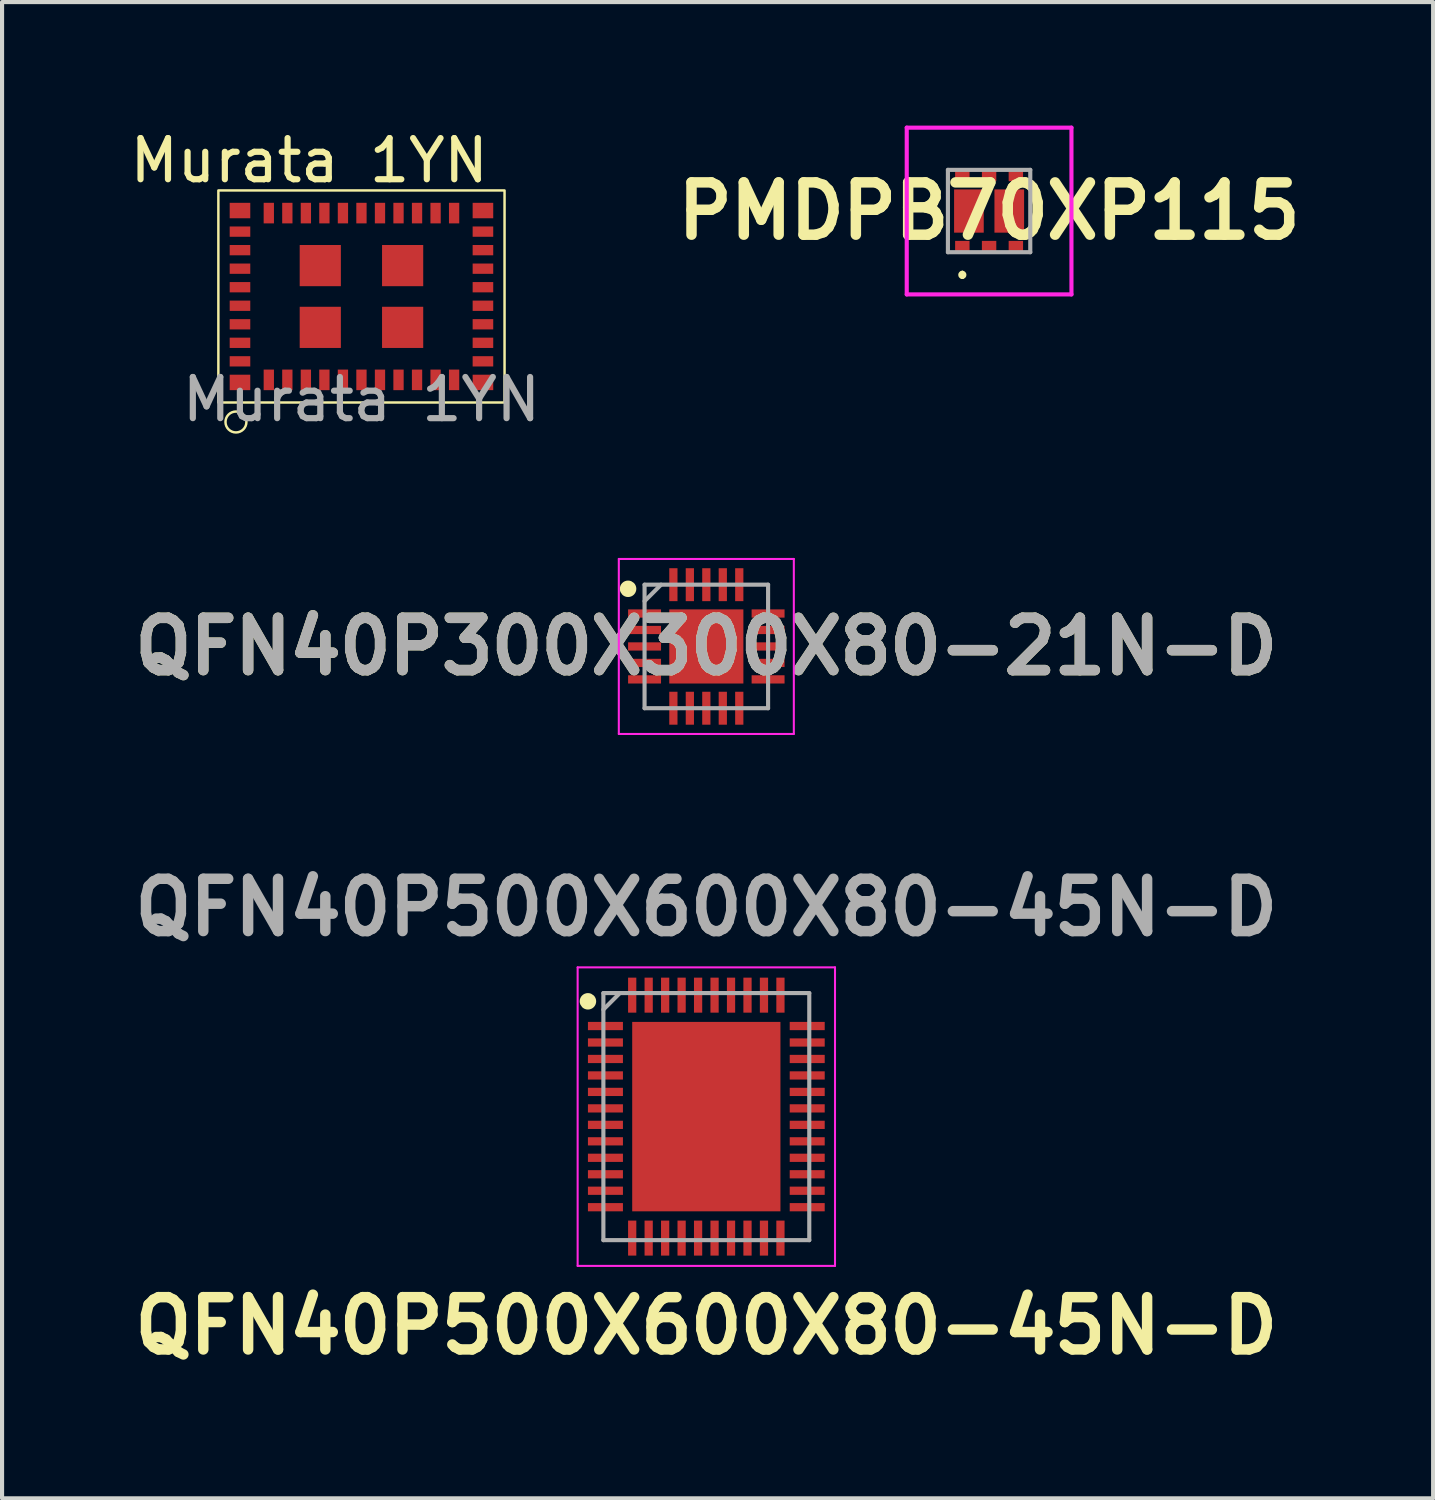
<source format=kicad_pcb>
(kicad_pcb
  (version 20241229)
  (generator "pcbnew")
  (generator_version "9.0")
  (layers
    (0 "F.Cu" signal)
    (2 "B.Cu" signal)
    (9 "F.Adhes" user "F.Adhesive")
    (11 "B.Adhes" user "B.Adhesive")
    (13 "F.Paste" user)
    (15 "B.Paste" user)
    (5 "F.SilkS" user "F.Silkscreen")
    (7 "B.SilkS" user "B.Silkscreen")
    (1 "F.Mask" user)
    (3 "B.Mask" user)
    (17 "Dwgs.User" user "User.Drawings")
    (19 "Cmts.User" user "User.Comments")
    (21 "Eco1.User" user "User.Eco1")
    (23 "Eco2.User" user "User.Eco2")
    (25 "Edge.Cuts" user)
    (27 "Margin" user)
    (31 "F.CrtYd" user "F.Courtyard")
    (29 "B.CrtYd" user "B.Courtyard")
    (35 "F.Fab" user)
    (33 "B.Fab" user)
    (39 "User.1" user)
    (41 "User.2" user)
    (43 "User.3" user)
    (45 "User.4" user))
  (footprint "PMDPB70XP115"
    (layer "F.Cu")
    (at 20.97 2.075)
    (property "Reference" "PMDPB70XP115" (at 0 0 0) (layer "F.SilkS") (effects (font (size 1.27 1.27) (thickness 0.254))))
    (attr smd)
    (fp_line (start -0.65 1.5) (end -0.65 1.5) (stroke (width 0.1) (type solid)) (layer "F.SilkS"))
    (fp_line (start -0.65 1.6) (end -0.65 1.6) (stroke (width 0.1) (type solid)) (layer "F.SilkS"))
    (fp_arc (start -0.65 1.5) (mid -0.6 1.55) (end -0.65 1.6) (stroke (width 0.1) (type solid)) (layer "F.SilkS"))
    (fp_arc (start -0.65 1.6) (mid -0.7 1.55) (end -0.65 1.5) (stroke (width 0.1) (type solid)) (layer "F.SilkS"))
    (fp_line (start -2 -2.025) (end 2 -2.025) (stroke (width 0.1) (type solid)) (layer "F.CrtYd"))
    (fp_line (start -2 2.025) (end -2 -2.025) (stroke (width 0.1) (type solid)) (layer "F.CrtYd"))
    (fp_line (start 2 -2.025) (end 2 2.025) (stroke (width 0.1) (type solid)) (layer "F.CrtYd"))
    (fp_line (start 2 2.025) (end -2 2.025) (stroke (width 0.1) (type solid)) (layer "F.CrtYd"))
    (fp_line (start -1 -1) (end 1 -1) (stroke (width 0.1) (type solid)) (layer "F.Fab"))
    (fp_line (start -1 1) (end -1 -1) (stroke (width 0.1) (type solid)) (layer "F.Fab"))
    (fp_line (start 1 -1) (end 1 1) (stroke (width 0.1) (type solid)) (layer "F.Fab"))
    (fp_line (start 1 1) (end -1 1) (stroke (width 0.1) (type solid)) (layer "F.Fab"))
    (pad "1" smd rect (at -0.65 0.875 90) (size 0.3 0.35) (layers "F.Cu" "F.Mask" "F.Paste"))
    (pad "2" smd rect (at 0 0.875 90) (size 0.3 0.35) (layers "F.Cu" "F.Mask" "F.Paste"))
    (pad "3" smd rect (at 0.65 0.875 90) (size 0.3 0.35) (layers "F.Cu" "F.Mask" "F.Paste"))
    (pad "4" smd rect (at 0.65 -0.875 90) (size 0.3 0.35) (layers "F.Cu" "F.Mask" "F.Paste"))
    (pad "5" smd rect (at 0 -0.875 90) (size 0.3 0.35) (layers "F.Cu" "F.Mask" "F.Paste"))
    (pad "6" smd rect (at -0.65 -0.875 90) (size 0.3 0.35) (layers "F.Cu" "F.Mask" "F.Paste"))
    (pad "7" smd rect (at -0.49 0) (size 0.72 1.05) (layers "F.Cu" "F.Mask" "F.Paste"))
    (pad "8" smd rect (at 0.49 0) (size 0.72 1.05) (layers "F.Cu" "F.Mask" "F.Paste")))
  (footprint "QFN40P500X600X80-45N-D"
    (layer "F.Cu")
    (at 14.103 24.067)
    (property "Reference" "QFN40P500X600X80-45N-D" (at 0 5.08 0) (layer "F.SilkS") (effects (font (size 1.27 1.27) (thickness 0.254))))
    (attr smd)
    (fp_circle (center -2.875 -2.8) (end -2.875 -2.7) (stroke (width 0.2) (type solid)) (fill no) (layer "F.SilkS"))
    (fp_line (start -3.125 -3.625) (end 3.125 -3.625) (stroke (width 0.05) (type solid)) (layer "F.CrtYd"))
    (fp_line (start -3.125 3.625) (end -3.125 -3.625) (stroke (width 0.05) (type solid)) (layer "F.CrtYd"))
    (fp_line (start 3.125 -3.625) (end 3.125 3.625) (stroke (width 0.05) (type solid)) (layer "F.CrtYd"))
    (fp_line (start 3.125 3.625) (end -3.125 3.625) (stroke (width 0.05) (type solid)) (layer "F.CrtYd"))
    (fp_line (start -2.5 -3) (end 2.5 -3) (stroke (width 0.1) (type solid)) (layer "F.Fab"))
    (fp_line (start -2.5 -2.6) (end -2.1 -3) (stroke (width 0.1) (type solid)) (layer "F.Fab"))
    (fp_line (start -2.5 3) (end -2.5 -3) (stroke (width 0.1) (type solid)) (layer "F.Fab"))
    (fp_line (start 2.5 -3) (end 2.5 3) (stroke (width 0.1) (type solid)) (layer "F.Fab"))
    (fp_line (start 2.5 3) (end -2.5 3) (stroke (width 0.1) (type solid)) (layer "F.Fab"))
    (fp_text user "${REFERENCE}" (at 0 -5.08 0) (layer "F.Fab") (effects (font (size 1.27 1.27) (thickness 0.254))))
    (pad "1" smd rect (at -2.45 -2.2 90) (size 0.2 0.85) (layers "F.Cu" "F.Mask" "F.Paste"))
    (pad "2" smd rect (at -2.45 -1.8 90) (size 0.2 0.85) (layers "F.Cu" "F.Mask" "F.Paste"))
    (pad "3" smd rect (at -2.45 -1.4 90) (size 0.2 0.85) (layers "F.Cu" "F.Mask" "F.Paste"))
    (pad "4" smd rect (at -2.45 -1 90) (size 0.2 0.85) (layers "F.Cu" "F.Mask" "F.Paste"))
    (pad "5" smd rect (at -2.45 -0.6 90) (size 0.2 0.85) (layers "F.Cu" "F.Mask" "F.Paste"))
    (pad "6" smd rect (at -2.45 -0.2 90) (size 0.2 0.85) (layers "F.Cu" "F.Mask" "F.Paste"))
    (pad "7" smd rect (at -2.45 0.2 90) (size 0.2 0.85) (layers "F.Cu" "F.Mask" "F.Paste"))
    (pad "8" smd rect (at -2.45 0.6 90) (size 0.2 0.85) (layers "F.Cu" "F.Mask" "F.Paste"))
    (pad "9" smd rect (at -2.45 1 90) (size 0.2 0.85) (layers "F.Cu" "F.Mask" "F.Paste"))
    (pad "10" smd rect (at -2.45 1.4 90) (size 0.2 0.85) (layers "F.Cu" "F.Mask" "F.Paste"))
    (pad "11" smd rect (at -2.45 1.8 90) (size 0.2 0.85) (layers "F.Cu" "F.Mask" "F.Paste"))
    (pad "12" smd rect (at -2.45 2.2 90) (size 0.2 0.85) (layers "F.Cu" "F.Mask" "F.Paste"))
    (pad "13" smd rect (at -1.8 2.95) (size 0.2 0.85) (layers "F.Cu" "F.Mask" "F.Paste"))
    (pad "14" smd rect (at -1.4 2.95) (size 0.2 0.85) (layers "F.Cu" "F.Mask" "F.Paste"))
    (pad "15" smd rect (at -1 2.95) (size 0.2 0.85) (layers "F.Cu" "F.Mask" "F.Paste"))
    (pad "16" smd rect (at -0.6 2.95) (size 0.2 0.85) (layers "F.Cu" "F.Mask" "F.Paste"))
    (pad "17" smd rect (at -0.2 2.95) (size 0.2 0.85) (layers "F.Cu" "F.Mask" "F.Paste"))
    (pad "18" smd rect (at 0.2 2.95) (size 0.2 0.85) (layers "F.Cu" "F.Mask" "F.Paste"))
    (pad "19" smd rect (at 0.6 2.95) (size 0.2 0.85) (layers "F.Cu" "F.Mask" "F.Paste"))
    (pad "20" smd rect (at 1 2.95) (size 0.2 0.85) (layers "F.Cu" "F.Mask" "F.Paste"))
    (pad "21" smd rect (at 1.4 2.95) (size 0.2 0.85) (layers "F.Cu" "F.Mask" "F.Paste"))
    (pad "22" smd rect (at 1.8 2.95) (size 0.2 0.85) (layers "F.Cu" "F.Mask" "F.Paste"))
    (pad "23" smd rect (at 2.45 2.2 90) (size 0.2 0.85) (layers "F.Cu" "F.Mask" "F.Paste"))
    (pad "24" smd rect (at 2.45 1.8 90) (size 0.2 0.85) (layers "F.Cu" "F.Mask" "F.Paste"))
    (pad "25" smd rect (at 2.45 1.4 90) (size 0.2 0.85) (layers "F.Cu" "F.Mask" "F.Paste"))
    (pad "26" smd rect (at 2.45 1 90) (size 0.2 0.85) (layers "F.Cu" "F.Mask" "F.Paste"))
    (pad "27" smd rect (at 2.45 0.6 90) (size 0.2 0.85) (layers "F.Cu" "F.Mask" "F.Paste"))
    (pad "28" smd rect (at 2.45 0.2 90) (size 0.2 0.85) (layers "F.Cu" "F.Mask" "F.Paste"))
    (pad "29" smd rect (at 2.45 -0.2 90) (size 0.2 0.85) (layers "F.Cu" "F.Mask" "F.Paste"))
    (pad "30" smd rect (at 2.45 -0.6 90) (size 0.2 0.85) (layers "F.Cu" "F.Mask" "F.Paste"))
    (pad "31" smd rect (at 2.45 -1 90) (size 0.2 0.85) (layers "F.Cu" "F.Mask" "F.Paste"))
    (pad "32" smd rect (at 2.45 -1.4 90) (size 0.2 0.85) (layers "F.Cu" "F.Mask" "F.Paste"))
    (pad "33" smd rect (at 2.45 -1.8 90) (size 0.2 0.85) (layers "F.Cu" "F.Mask" "F.Paste"))
    (pad "34" smd rect (at 2.45 -2.2 90) (size 0.2 0.85) (layers "F.Cu" "F.Mask" "F.Paste"))
    (pad "35" smd rect (at 1.8 -2.95) (size 0.2 0.85) (layers "F.Cu" "F.Mask" "F.Paste"))
    (pad "36" smd rect (at 1.4 -2.95) (size 0.2 0.85) (layers "F.Cu" "F.Mask" "F.Paste"))
    (pad "37" smd rect (at 1 -2.95) (size 0.2 0.85) (layers "F.Cu" "F.Mask" "F.Paste"))
    (pad "38" smd rect (at 0.6 -2.95) (size 0.2 0.85) (layers "F.Cu" "F.Mask" "F.Paste"))
    (pad "39" smd rect (at 0.2 -2.95) (size 0.2 0.85) (layers "F.Cu" "F.Mask" "F.Paste"))
    (pad "40" smd rect (at -0.2 -2.95) (size 0.2 0.85) (layers "F.Cu" "F.Mask" "F.Paste"))
    (pad "41" smd rect (at -0.6 -2.95) (size 0.2 0.85) (layers "F.Cu" "F.Mask" "F.Paste"))
    (pad "42" smd rect (at -1 -2.95) (size 0.2 0.85) (layers "F.Cu" "F.Mask" "F.Paste"))
    (pad "43" smd rect (at -1.4 -2.95) (size 0.2 0.85) (layers "F.Cu" "F.Mask" "F.Paste"))
    (pad "44" smd rect (at -1.8 -2.95) (size 0.2 0.85) (layers "F.Cu" "F.Mask" "F.Paste"))
    (pad "45" smd rect (at 0 0) (size 3.6 4.6) (layers "F.Cu" "F.Mask" "F.Paste")))
  (footprint "QFN40P300X300X80-21N-D"
    (layer "F.Cu")
    (at 14.103 12.649)
    (property "Reference" "QFN40P300X300X80-21N-D" (at 0 0 0) (layer "F.SilkS") (effects (font (size 1.27 1.27) (thickness 0.254))))
    (attr smd)
    (fp_circle (center -1.9 -1.4) (end -1.9 -1.3) (stroke (width 0.2) (type solid)) (fill no) (layer "F.SilkS"))
    (fp_line (start -2.125 -2.125) (end 2.125 -2.125) (stroke (width 0.05) (type solid)) (layer "F.CrtYd"))
    (fp_line (start -2.125 2.125) (end -2.125 -2.125) (stroke (width 0.05) (type solid)) (layer "F.CrtYd"))
    (fp_line (start 2.125 -2.125) (end 2.125 2.125) (stroke (width 0.05) (type solid)) (layer "F.CrtYd"))
    (fp_line (start 2.125 2.125) (end -2.125 2.125) (stroke (width 0.05) (type solid)) (layer "F.CrtYd"))
    (fp_line (start -1.5 -1.5) (end 1.5 -1.5) (stroke (width 0.1) (type solid)) (layer "F.Fab"))
    (fp_line (start -1.5 -1.1) (end -1.1 -1.5) (stroke (width 0.1) (type solid)) (layer "F.Fab"))
    (fp_line (start -1.5 1.5) (end -1.5 -1.5) (stroke (width 0.1) (type solid)) (layer "F.Fab"))
    (fp_line (start 1.5 -1.5) (end 1.5 1.5) (stroke (width 0.1) (type solid)) (layer "F.Fab"))
    (fp_line (start 1.5 1.5) (end -1.5 1.5) (stroke (width 0.1) (type solid)) (layer "F.Fab"))
    (fp_text user "${REFERENCE}" (at 0 0 0) (layer "F.Fab") (effects (font (size 1.27 1.27) (thickness 0.254))))
    (pad "1" smd rect (at -1.5 -0.8 90) (size 0.2 0.8) (layers "F.Cu" "F.Mask" "F.Paste"))
    (pad "2" smd rect (at -1.5 -0.4 90) (size 0.2 0.8) (layers "F.Cu" "F.Mask" "F.Paste"))
    (pad "3" smd rect (at -1.5 0 90) (size 0.2 0.8) (layers "F.Cu" "F.Mask" "F.Paste"))
    (pad "4" smd rect (at -1.5 0.4 90) (size 0.2 0.8) (layers "F.Cu" "F.Mask" "F.Paste"))
    (pad "5" smd rect (at -1.5 0.8 90) (size 0.2 0.8) (layers "F.Cu" "F.Mask" "F.Paste"))
    (pad "6" smd rect (at -0.8 1.5) (size 0.2 0.8) (layers "F.Cu" "F.Mask" "F.Paste"))
    (pad "7" smd rect (at -0.4 1.5) (size 0.2 0.8) (layers "F.Cu" "F.Mask" "F.Paste"))
    (pad "8" smd rect (at 0 1.5) (size 0.2 0.8) (layers "F.Cu" "F.Mask" "F.Paste"))
    (pad "9" smd rect (at 0.4 1.5) (size 0.2 0.8) (layers "F.Cu" "F.Mask" "F.Paste"))
    (pad "10" smd rect (at 0.8 1.5) (size 0.2 0.8) (layers "F.Cu" "F.Mask" "F.Paste"))
    (pad "11" smd rect (at 1.5 0.8 90) (size 0.2 0.8) (layers "F.Cu" "F.Mask" "F.Paste"))
    (pad "12" smd rect (at 1.5 0.4 90) (size 0.2 0.8) (layers "F.Cu" "F.Mask" "F.Paste"))
    (pad "13" smd rect (at 1.5 0 90) (size 0.2 0.8) (layers "F.Cu" "F.Mask" "F.Paste"))
    (pad "14" smd rect (at 1.5 -0.4 90) (size 0.2 0.8) (layers "F.Cu" "F.Mask" "F.Paste"))
    (pad "15" smd rect (at 1.5 -0.8 90) (size 0.2 0.8) (layers "F.Cu" "F.Mask" "F.Paste"))
    (pad "16" smd rect (at 0.8 -1.5) (size 0.2 0.8) (layers "F.Cu" "F.Mask" "F.Paste"))
    (pad "17" smd rect (at 0.4 -1.5) (size 0.2 0.8) (layers "F.Cu" "F.Mask" "F.Paste"))
    (pad "18" smd rect (at 0 -1.5) (size 0.2 0.8) (layers "F.Cu" "F.Mask" "F.Paste"))
    (pad "19" smd rect (at -0.4 -1.5) (size 0.2 0.8) (layers "F.Cu" "F.Mask" "F.Paste"))
    (pad "20" smd rect (at -0.8 -1.5) (size 0.2 0.8) (layers "F.Cu" "F.Mask" "F.Paste"))
    (pad "21" smd rect (at 0 0) (size 1.8 1.8) (layers "F.Cu" "F.Mask" "F.Paste")))
  (footprint "Murata 1YN"
    (layer "F.Cu")
    (at 5.728 4.15)
    (property "Reference" "Murata 1YN" (at -1.27 -3.302 0) (unlocked yes) (layer "F.SilkS") (effects (font (size 1 1) (thickness 0.15))))
    (attr smd)
    (fp_rect (start -3.475 -2.575) (end 3.475 2.575) (stroke (width 0.06) (type default)) (fill no) (layer "F.SilkS"))
    (fp_circle (center -3.048 3.048) (end -2.794 3.048) (stroke (width 0.06) (type default)) (fill no) (layer "F.SilkS"))
    (fp_text user "${REFERENCE}" (at 0 2.5 0) (unlocked yes) (layer "F.Fab") (effects (font (size 1 1) (thickness 0.15))))
    (pad "1" smd rect (at -2.25 2.025) (size 0.25 0.5) (layers "F.Cu" "F.Mask" "F.Paste"))
    (pad "2" smd rect (at -1.8 2.025) (size 0.25 0.5) (layers "F.Cu" "F.Mask" "F.Paste"))
    (pad "3" smd rect (at -1.35 2.025) (size 0.25 0.5) (layers "F.Cu" "F.Mask" "F.Paste"))
    (pad "4" smd rect (at -0.9 2.025) (size 0.25 0.5) (layers "F.Cu" "F.Mask" "F.Paste"))
    (pad "5" smd rect (at -0.45 2.025) (size 0.25 0.5) (layers "F.Cu" "F.Mask" "F.Paste"))
    (pad "6" smd rect (at 0 2.025 180) (size 0.25 0.5) (layers "F.Cu" "F.Mask" "F.Paste"))
    (pad "7" smd rect (at 0.45 2.025 180) (size 0.25 0.5) (layers "F.Cu" "F.Mask" "F.Paste"))
    (pad "8" smd rect (at 0.9 2.025 180) (size 0.25 0.5) (layers "F.Cu" "F.Mask" "F.Paste"))
    (pad "9" smd rect (at 1.35 2.025 180) (size 0.25 0.5) (layers "F.Cu" "F.Mask" "F.Paste"))
    (pad "10" smd rect (at 1.8 2.025 180) (size 0.25 0.5) (layers "F.Cu" "F.Mask" "F.Paste"))
    (pad "11" smd rect (at 2.25 2.025 180) (size 0.25 0.5) (layers "F.Cu" "F.Mask" "F.Paste"))
    (pad "12" smd rect (at 2.95 2.087 180) (size 0.5 0.375) (layers "F.Cu" "B.Mask" "B.Paste"))
    (pad "13" smd rect (at 2.95 1.575 180) (size 0.5 0.25) (layers "F.Cu" "F.Mask" "F.Paste"))
    (pad "14" smd rect (at 2.95 1.125 180) (size 0.5 0.25) (layers "F.Cu" "F.Mask" "F.Paste"))
    (pad "15" smd rect (at 2.95 0.675 180) (size 0.5 0.25) (layers "F.Cu" "F.Mask" "F.Paste"))
    (pad "16" smd rect (at 2.95 0.225 180) (size 0.5 0.25) (layers "F.Cu" "F.Mask" "F.Paste"))
    (pad "17" smd rect (at 2.95 -0.225) (size 0.5 0.25) (layers "F.Cu" "B.Mask" "B.Paste"))
    (pad "18" smd rect (at 2.95 -0.675) (size 0.5 0.25) (layers "F.Cu" "B.Mask" "B.Paste"))
    (pad "19" smd rect (at 2.95 -1.125) (size 0.5 0.25) (layers "F.Cu" "B.Mask" "B.Paste"))
    (pad "20" smd rect (at 2.95 -1.575) (size 0.5 0.25) (layers "F.Cu" "B.Mask" "B.Paste"))
    (pad "21" smd rect (at 2.95 -2.087 180) (size 0.5 0.375) (layers "F.Cu" "F.Mask" "F.Paste"))
    (pad "22" smd rect (at 2.25 -2.025 180) (size 0.25 0.5) (layers "F.Cu" "F.Mask" "F.Paste"))
    (pad "23" smd rect (at 1.8 -2.025 180) (size 0.25 0.5) (layers "F.Cu" "F.Mask" "F.Paste"))
    (pad "24" smd rect (at 1.35 -2.025 180) (size 0.25 0.5) (layers "F.Cu" "F.Mask" "F.Paste"))
    (pad "25" smd rect (at 0.9 -2.025 180) (size 0.25 0.5) (layers "F.Cu" "F.Mask" "F.Paste"))
    (pad "26" smd rect (at 0.45 -2.025 180) (size 0.25 0.5) (layers "F.Cu" "F.Mask" "F.Paste"))
    (pad "27" smd rect (at 0 -2.025) (size 0.25 0.5) (layers "F.Cu" "F.Mask" "F.Paste"))
    (pad "28" smd rect (at -0.45 -2.025) (size 0.25 0.5) (layers "F.Cu" "F.Mask" "F.Paste"))
    (pad "29" smd rect (at -0.9 -2.025) (size 0.25 0.5) (layers "F.Cu" "F.Mask" "F.Paste"))
    (pad "30" smd rect (at -1.35 -2.025) (size 0.25 0.5) (layers "F.Cu" "F.Mask" "F.Paste"))
    (pad "31" smd rect (at -1.8 -2.025) (size 0.25 0.5) (layers "F.Cu" "F.Mask" "F.Paste"))
    (pad "32" smd rect (at -2.25 -2.025) (size 0.25 0.5) (layers "F.Cu" "F.Mask" "F.Paste"))
    (pad "33" smd rect (at -2.95 -2.087 180) (size 0.5 0.375) (layers "F.Cu" "B.Mask" "B.Paste"))
    (pad "34" smd rect (at -2.95 -1.575) (size 0.5 0.25) (layers "F.Cu" "F.Mask" "F.Paste"))
    (pad "35" smd rect (at -2.95 -1.125) (size 0.5 0.25) (layers "F.Cu" "F.Mask" "F.Paste"))
    (pad "36" smd rect (at -2.95 -0.675) (size 0.5 0.25) (layers "F.Cu" "F.Mask" "F.Paste"))
    (pad "37" smd rect (at -2.95 -0.225) (size 0.5 0.25) (layers "F.Cu" "F.Mask" "F.Paste"))
    (pad "38" smd rect (at -2.95 0.225 180) (size 0.5 0.25) (layers "F.Cu" "B.Mask" "B.Paste"))
    (pad "39" smd rect (at -2.95 0.675 180) (size 0.5 0.25) (layers "F.Cu" "B.Mask" "B.Paste"))
    (pad "40" smd rect (at -2.95 1.125 180) (size 0.5 0.25) (layers "F.Cu" "B.Mask" "B.Paste"))
    (pad "41" smd rect (at -2.95 1.575 180) (size 0.5 0.25) (layers "F.Cu" "B.Mask" "B.Paste"))
    (pad "42" smd rect (at -2.95 2.087 180) (size 0.5 0.375) (layers "F.Cu" "F.Mask" "F.Paste"))
    (pad "43" smd rect (at -1 0.75 180) (size 1 1) (layers "F.Cu" "F.Mask" "F.Paste"))
    (pad "44" smd rect (at 1 0.75 180) (size 1 1) (layers "F.Cu" "F.Mask" "F.Paste"))
    (pad "45" smd rect (at -1 -0.75) (size 1 1) (layers "F.Cu" "F.Mask" "F.Paste"))
    (pad "46" smd rect (at 1 -0.75) (size 1 1) (layers "F.Cu" "F.Mask" "F.Paste")))
  (gr_rect
    (start -3 -3)
    (end 31.753 33.336)
    (stroke (width 0.1) (type default))
    (fill no)
    (layer "Edge.Cuts")))
</source>
